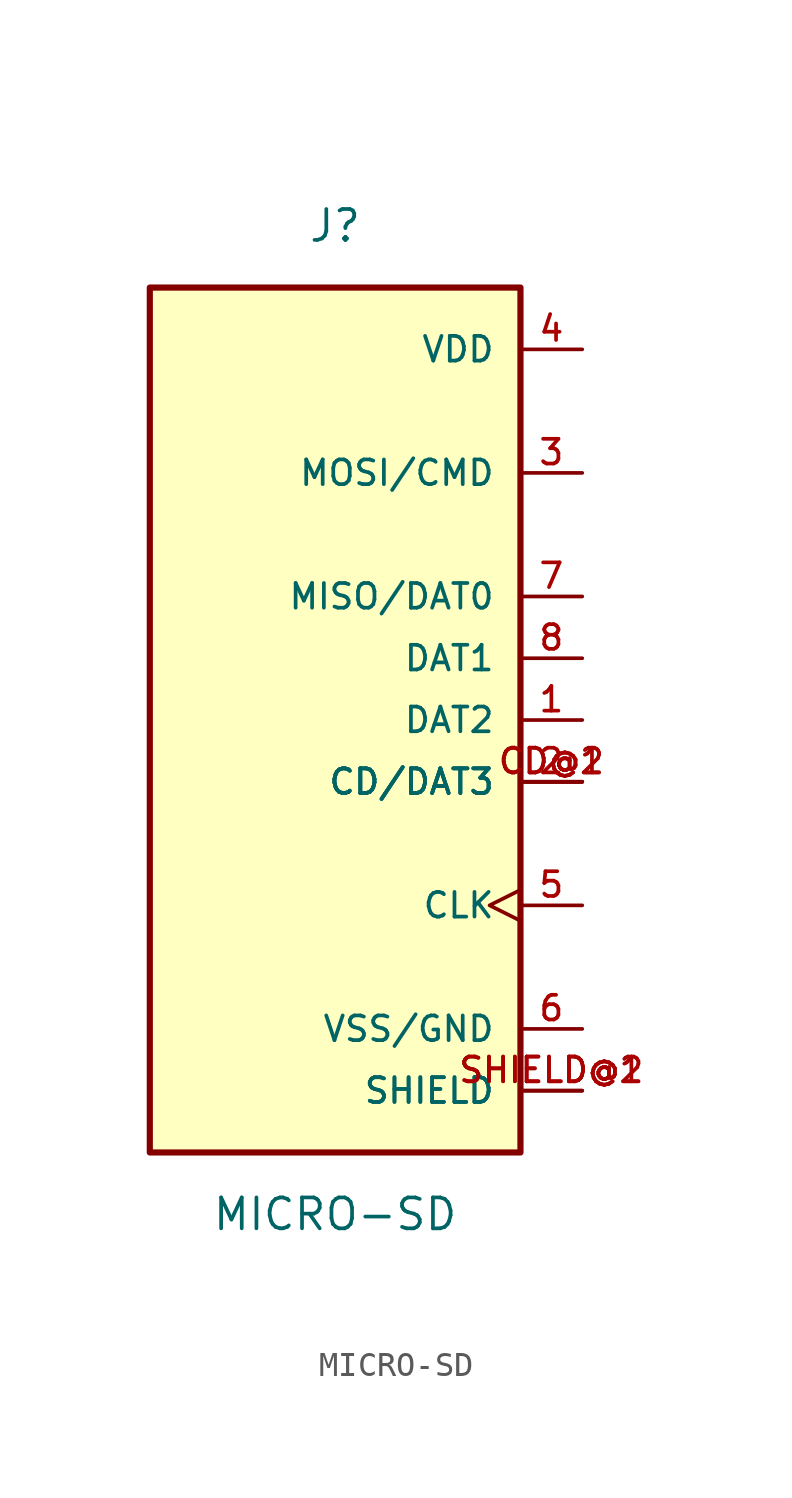
<source format=kicad_sym>
(kicad_symbol_lib
  (version 20211014)
  (generator kicad_symbol_editor)
  (symbol "MICRO-SD"
    (pin_names
      (offset 1.016))
    (property "Reference" "J"
      (at 0.0 20.32 0)
      (effects (font (size 1.27 1.27))))
    (property "Value" "MICRO-SD"
      (at 0.0 -20.32 0)
      (effects (font (size 1.27 1.27))))
    (symbol "MICRO-SD_0_0"
      (rectangle (start -7.62 -17.78) (end 7.62 17.78) (stroke (width 0.254)) (fill (type background)))
      (pin power_in line (at 10.16 15.24 180.0) (length 2.54) (name "VDD" (effects (font (size 1.016 1.016)))) (number "4" (effects (font (size 1.016 1.016)))))
      (pin power_in line (at 10.16 -12.7 180.0) (length 2.54) (name "VSS/GND" (effects (font (size 1.016 1.016)))) (number "6" (effects (font (size 1.016 1.016)))))
      (pin power_in line (at 10.16 -15.24 180.0) (length 2.54) (name "SHIELD" (effects (font (size 1.016 1.016)))) (number "SHIELD@1" (effects (font (size 1.016 1.016)))))
      (pin power_in line (at 10.16 -15.24 180.0) (length 2.54) (name "SHIELD" (effects (font (size 1.016 1.016)))) (number "SHIELD@2" (effects (font (size 1.016 1.016)))))
      (pin bidirectional line (at 10.16 5.08 180.0) (length 2.54) (name "MISO/DAT0" (effects (font (size 1.016 1.016)))) (number "7" (effects (font (size 1.016 1.016)))))
      (pin bidirectional line (at 10.16 2.54 180.0) (length 2.54) (name "DAT1" (effects (font (size 1.016 1.016)))) (number "8" (effects (font (size 1.016 1.016)))))
      (pin bidirectional line (at 10.16 0.0 180.0) (length 2.54) (name "DAT2" (effects (font (size 1.016 1.016)))) (number "1" (effects (font (size 1.016 1.016)))))
      (pin bidirectional line (at 10.16 -2.54 180.0) (length 2.54) (name "CD/DAT3" (effects (font (size 1.016 1.016)))) (number "2" (effects (font (size 1.016 1.016)))))
      (pin bidirectional line (at 10.16 -2.54 180.0) (length 2.54) (name "CD/DAT3" (effects (font (size 1.016 1.016)))) (number "CD@1" (effects (font (size 1.016 1.016)))))
      (pin bidirectional line (at 10.16 -2.54 180.0) (length 2.54) (name "CD/DAT3" (effects (font (size 1.016 1.016)))) (number "CD@2" (effects (font (size 1.016 1.016)))))
      (pin input clock (at 10.16 -7.62 180.0) (length 2.54) (name "CLK" (effects (font (size 1.016 1.016)))) (number "5" (effects (font (size 1.016 1.016)))))
      (pin input line (at 10.16 10.16 180.0) (length 2.54) (name "MOSI/CMD" (effects (font (size 1.016 1.016)))) (number "3" (effects (font (size 1.016 1.016))))))))
</source>
